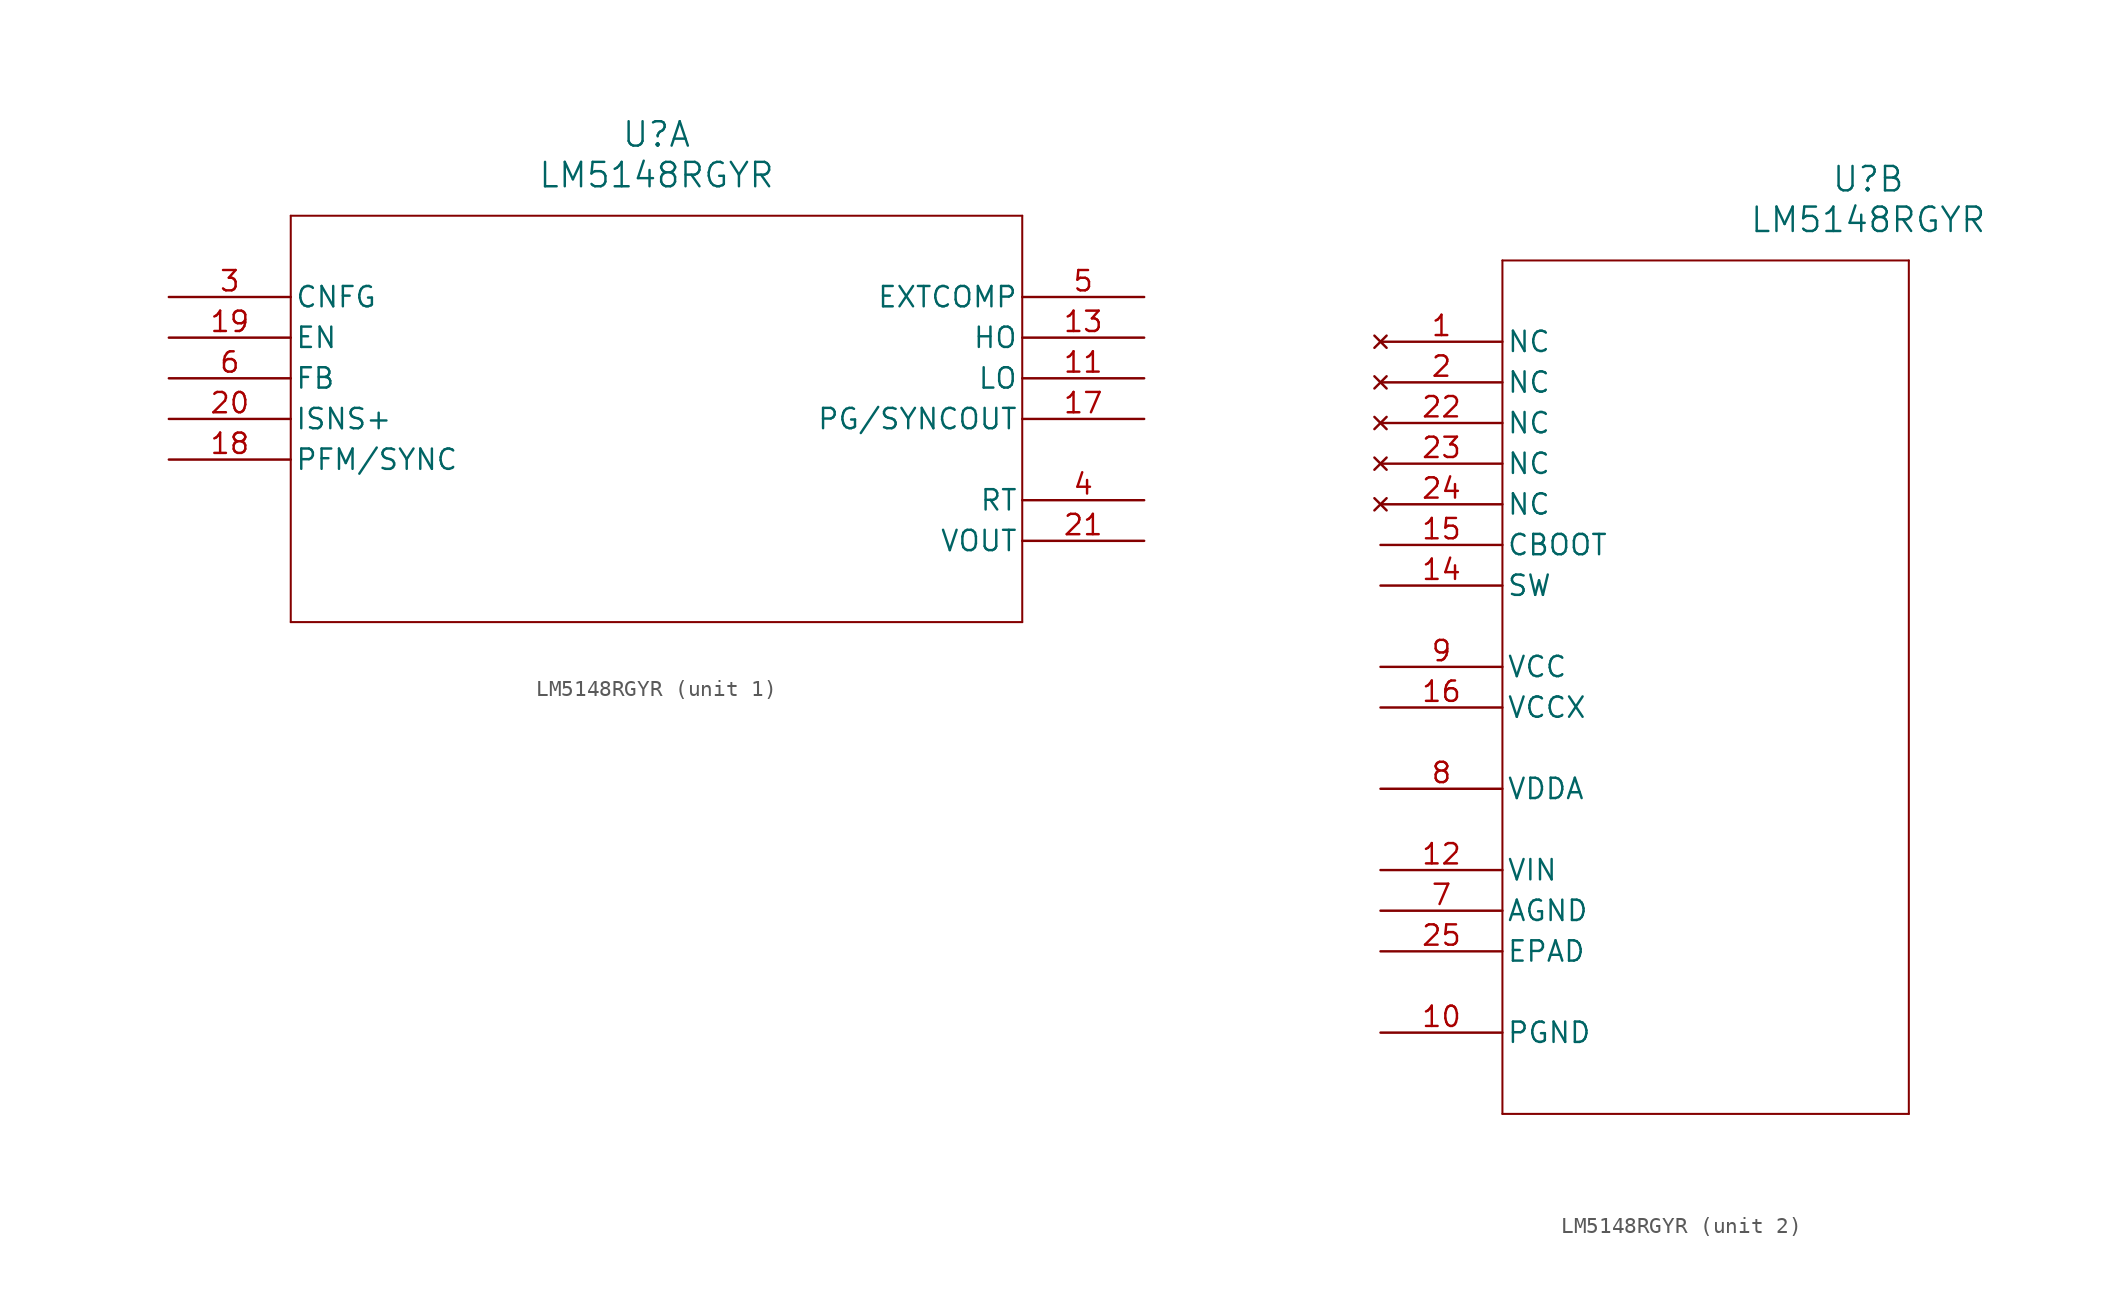
<source format=kicad_sym>
(kicad_symbol_lib
  (version 20211014)
  (generator kicad_symbol_editor)
  (symbol "LM5148RGYR"
    (pin_names
      (offset 0.254))
    (property "Reference" "U"
      (at 30.48 10.16 0)
      (effects (font (size 1.524 1.524))))
    (property "Value" "LM5148RGYR"
      (at 30.48 7.62 0)
      (effects (font (size 1.524 1.524))))
    (symbol "LM5148RGYR_1_1"
      (polyline (pts (xy 7.62 5.08) (xy 7.62 -20.32)) (stroke (width 0.127) (type default) (color 0 0 0 0)) (fill (type none)))
      (polyline (pts (xy 7.62 -20.32) (xy 53.34 -20.32)) (stroke (width 0.127) (type default) (color 0 0 0 0)) (fill (type none)))
      (polyline (pts (xy 53.34 -20.32) (xy 53.34 5.08)) (stroke (width 0.127) (type default) (color 0 0 0 0)) (fill (type none)))
      (polyline (pts (xy 53.34 5.08) (xy 7.62 5.08)) (stroke (width 0.127) (type default) (color 0 0 0 0)) (fill (type none)))
      (pin input line (at 0 0 0) (length 7.62) (name "CNFG" (effects (font (size 1.27 1.27)))) (number "3" (effects (font (size 1.27 1.27)))))
      (pin output line (at 60.96 -12.7 180) (length 7.62) (name "RT" (effects (font (size 1.27 1.27)))) (number "4" (effects (font (size 1.27 1.27)))))
      (pin output line (at 60.96 0 180) (length 7.62) (name "EXTCOMP" (effects (font (size 1.27 1.27)))) (number "5" (effects (font (size 1.27 1.27)))))
      (pin input line (at 0 -5.08 0) (length 7.62) (name "FB" (effects (font (size 1.27 1.27)))) (number "6" (effects (font (size 1.27 1.27)))))
      (pin output line (at 60.96 -5.08 180) (length 7.62) (name "LO" (effects (font (size 1.27 1.27)))) (number "11" (effects (font (size 1.27 1.27)))))
      (pin output line (at 60.96 -2.54 180) (length 7.62) (name "HO" (effects (font (size 1.27 1.27)))) (number "13" (effects (font (size 1.27 1.27)))))
      (pin output line (at 60.96 -7.62 180) (length 7.62) (name "PG/SYNCOUT" (effects (font (size 1.27 1.27)))) (number "17" (effects (font (size 1.27 1.27)))))
      (pin input line (at 0 -10.16 0) (length 7.62) (name "PFM/SYNC" (effects (font (size 1.27 1.27)))) (number "18" (effects (font (size 1.27 1.27)))))
      (pin input line (at 0 -2.54 0) (length 7.62) (name "EN" (effects (font (size 1.27 1.27)))) (number "19" (effects (font (size 1.27 1.27)))))
      (pin input line (at 0 -7.62 0) (length 7.62) (name "ISNS+" (effects (font (size 1.27 1.27)))) (number "20" (effects (font (size 1.27 1.27)))))
      (pin unspecified line (at 60.96 -15.24 180) (length 7.62) (name "VOUT" (effects (font (size 1.27 1.27)))) (number "21" (effects (font (size 1.27 1.27))))))
    (symbol "LM5148RGYR_2_1"
      (polyline (pts (xy 7.62 5.08) (xy 7.62 -48.26)) (stroke (width 0.127) (type default) (color 0 0 0 0)) (fill (type none)))
      (polyline (pts (xy 7.62 -48.26) (xy 33.02 -48.26)) (stroke (width 0.127) (type default) (color 0 0 0 0)) (fill (type none)))
      (polyline (pts (xy 33.02 -48.26) (xy 33.02 5.08)) (stroke (width 0.127) (type default) (color 0 0 0 0)) (fill (type none)))
      (polyline (pts (xy 33.02 5.08) (xy 7.62 5.08)) (stroke (width 0.127) (type default) (color 0 0 0 0)) (fill (type none)))
      (pin no_connect line (at 0 0 0) (length 7.62) (name "NC" (effects (font (size 1.27 1.27)))) (number "1" (effects (font (size 1.27 1.27)))))
      (pin no_connect line (at 0 -2.54 0) (length 7.62) (name "NC" (effects (font (size 1.27 1.27)))) (number "2" (effects (font (size 1.27 1.27)))))
      (pin power_out line (at 0 -35.56 0) (length 7.62) (name "AGND" (effects (font (size 1.27 1.27)))) (number "7" (effects (font (size 1.27 1.27)))))
      (pin output line (at 0 -27.94 0) (length 7.62) (name "VDDA" (effects (font (size 1.27 1.27)))) (number "8" (effects (font (size 1.27 1.27)))))
      (pin power_in line (at 0 -20.32 0) (length 7.62) (name "VCC" (effects (font (size 1.27 1.27)))) (number "9" (effects (font (size 1.27 1.27)))))
      (pin power_out line (at 0 -43.18 0) (length 7.62) (name "PGND" (effects (font (size 1.27 1.27)))) (number "10" (effects (font (size 1.27 1.27)))))
      (pin power_in line (at 0 -33.02 0) (length 7.62) (name "VIN" (effects (font (size 1.27 1.27)))) (number "12" (effects (font (size 1.27 1.27)))))
      (pin power_in line (at 0 -15.24 0) (length 7.62) (name "SW" (effects (font (size 1.27 1.27)))) (number "14" (effects (font (size 1.27 1.27)))))
      (pin power_in line (at 0 -12.7 0) (length 7.62) (name "CBOOT" (effects (font (size 1.27 1.27)))) (number "15" (effects (font (size 1.27 1.27)))))
      (pin power_in line (at 0 -22.86 0) (length 7.62) (name "VCCX" (effects (font (size 1.27 1.27)))) (number "16" (effects (font (size 1.27 1.27)))))
      (pin no_connect line (at 0 -5.08 0) (length 7.62) (name "NC" (effects (font (size 1.27 1.27)))) (number "22" (effects (font (size 1.27 1.27)))))
      (pin no_connect line (at 0 -7.62 0) (length 7.62) (name "NC" (effects (font (size 1.27 1.27)))) (number "23" (effects (font (size 1.27 1.27)))))
      (pin no_connect line (at 0 -10.16 0) (length 7.62) (name "NC" (effects (font (size 1.27 1.27)))) (number "24" (effects (font (size 1.27 1.27)))))
      (pin power_out line (at 0 -38.1 0) (length 7.62) (name "EPAD" (effects (font (size 1.27 1.27)))) (number "25" (effects (font (size 1.27 1.27))))))))
</source>
